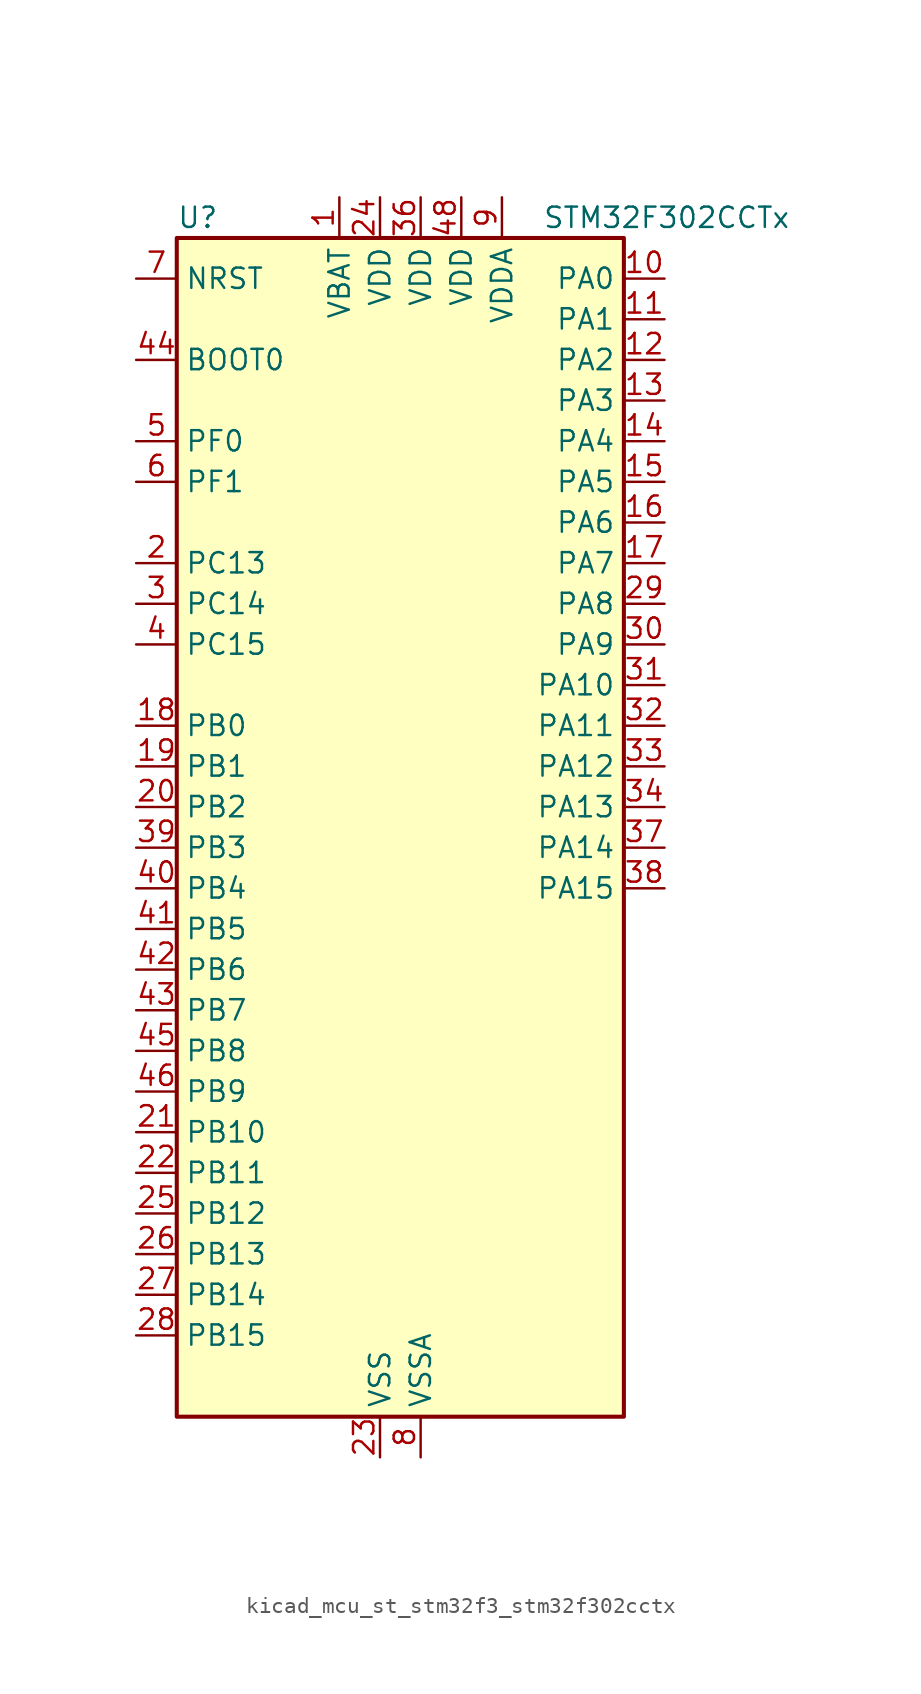
<source format=kicad_sym>
(kicad_symbol_lib
  (version 20220914)
  (generator kicad_symbol_editor)
  (symbol "kicad_mcu_st_stm32f3_stm32f302cctx"
    (property "Reference" "U"
      (at -12.7 39.37 0)
      (effects (font (size 1.27 1.27)) (justify left)))
    (property "Value" "STM32F302CCTx"
      (at 10.16 39.37 0)
      (effects (font (size 1.27 1.27)) (justify left)))
    (property "ki_locked" ""
      (at 0 0 0)
      (effects (font (size 1.27 1.27))))
    (symbol "kicad_mcu_st_stm32f3_stm32f302cctx_0_1"
      (rectangle (start -12.7 -35.56) (end 15.24 38.1) (stroke (width 0.254) (type default)) (fill (type background))))
    (symbol "kicad_mcu_st_stm32f3_stm32f302cctx_1_1"
      (pin power_in line (at -2.54 40.64 270) (length 2.54) (name "VBAT" (effects (font (size 1.27 1.27)))) (number "1" (effects (font (size 1.27 1.27)))))
      (pin bidirectional line (at 17.78 35.56 180) (length 2.54) (name "PA0" (effects (font (size 1.27 1.27)))) (number "10" (effects (font (size 1.27 1.27)))) (alternate "ADC1_IN1" bidirectional line) (alternate "COMP1_INM" bidirectional line) (alternate "COMP1_OUT" bidirectional line) (alternate "RTC_TAMP2" bidirectional line) (alternate "SYS_WKUP1" bidirectional line) (alternate "TIM2_CH1" bidirectional line) (alternate "TIM2_ETR" bidirectional line) (alternate "TSC_G1_IO1" bidirectional line) (alternate "USART2_CTS" bidirectional line))
      (pin bidirectional line (at 17.78 33.02 180) (length 2.54) (name "PA1" (effects (font (size 1.27 1.27)))) (number "11" (effects (font (size 1.27 1.27)))) (alternate "ADC1_IN2" bidirectional line) (alternate "COMP1_INP" bidirectional line) (alternate "OPAMP1_VINP" bidirectional line) (alternate "OPAMP1_VINP_SEC" bidirectional line) (alternate "RTC_REFIN" bidirectional line) (alternate "TIM15_CH1N" bidirectional line) (alternate "TIM2_CH2" bidirectional line) (alternate "TSC_G1_IO2" bidirectional line) (alternate "USART2_DE" bidirectional line) (alternate "USART2_RTS" bidirectional line))
      (pin bidirectional line (at 17.78 30.48 180) (length 2.54) (name "PA2" (effects (font (size 1.27 1.27)))) (number "12" (effects (font (size 1.27 1.27)))) (alternate "ADC1_IN3" bidirectional line) (alternate "COMP2_INM" bidirectional line) (alternate "COMP2_OUT" bidirectional line) (alternate "OPAMP1_VOUT" bidirectional line) (alternate "TIM15_CH1" bidirectional line) (alternate "TIM2_CH3" bidirectional line) (alternate "TSC_G1_IO3" bidirectional line) (alternate "USART2_TX" bidirectional line))
      (pin bidirectional line (at 17.78 27.94 180) (length 2.54) (name "PA3" (effects (font (size 1.27 1.27)))) (number "13" (effects (font (size 1.27 1.27)))) (alternate "ADC1_IN4" bidirectional line) (alternate "COMP2_INP" bidirectional line) (alternate "OPAMP1_VINM" bidirectional line) (alternate "OPAMP1_VINM_SEC" bidirectional line) (alternate "OPAMP1_VINP" bidirectional line) (alternate "OPAMP1_VINP_SEC" bidirectional line) (alternate "TIM15_CH2" bidirectional line) (alternate "TIM2_CH4" bidirectional line) (alternate "TSC_G1_IO4" bidirectional line) (alternate "USART2_RX" bidirectional line))
      (pin bidirectional line (at 17.78 25.4 180) (length 2.54) (name "PA4" (effects (font (size 1.27 1.27)))) (number "14" (effects (font (size 1.27 1.27)))) (alternate "ADC2_IN1" bidirectional line) (alternate "COMP1_INM" bidirectional line) (alternate "COMP2_INM" bidirectional line) (alternate "COMP4_INM" bidirectional line) (alternate "COMP6_INM" bidirectional line) (alternate "DAC_OUT1" bidirectional line) (alternate "I2S3_WS" bidirectional line) (alternate "SPI1_NSS" bidirectional line) (alternate "SPI3_NSS" bidirectional line) (alternate "TIM3_CH2" bidirectional line) (alternate "TSC_G2_IO1" bidirectional line) (alternate "USART2_CK" bidirectional line))
      (pin bidirectional line (at 17.78 22.86 180) (length 2.54) (name "PA5" (effects (font (size 1.27 1.27)))) (number "15" (effects (font (size 1.27 1.27)))) (alternate "ADC2_IN2" bidirectional line) (alternate "COMP1_INM" bidirectional line) (alternate "COMP2_INM" bidirectional line) (alternate "COMP4_INM" bidirectional line) (alternate "COMP6_INM" bidirectional line) (alternate "OPAMP1_VINP" bidirectional line) (alternate "OPAMP1_VINP_SEC" bidirectional line) (alternate "OPAMP2_VINM" bidirectional line) (alternate "OPAMP2_VINM_SEC" bidirectional line) (alternate "SPI1_SCK" bidirectional line) (alternate "TIM2_CH1" bidirectional line) (alternate "TIM2_ETR" bidirectional line) (alternate "TSC_G2_IO2" bidirectional line))
      (pin bidirectional line (at 17.78 20.32 180) (length 2.54) (name "PA6" (effects (font (size 1.27 1.27)))) (number "16" (effects (font (size 1.27 1.27)))) (alternate "ADC2_IN3" bidirectional line) (alternate "COMP1_OUT" bidirectional line) (alternate "OPAMP2_VOUT" bidirectional line) (alternate "SPI1_MISO" bidirectional line) (alternate "TIM16_CH1" bidirectional line) (alternate "TIM1_BKIN" bidirectional line) (alternate "TIM3_CH1" bidirectional line) (alternate "TSC_G2_IO3" bidirectional line))
      (pin bidirectional line (at 17.78 17.78 180) (length 2.54) (name "PA7" (effects (font (size 1.27 1.27)))) (number "17" (effects (font (size 1.27 1.27)))) (alternate "ADC2_IN4" bidirectional line) (alternate "COMP2_INP" bidirectional line) (alternate "COMP2_OUT" bidirectional line) (alternate "OPAMP1_VINP" bidirectional line) (alternate "OPAMP1_VINP_SEC" bidirectional line) (alternate "OPAMP2_VINP" bidirectional line) (alternate "OPAMP2_VINP_SEC" bidirectional line) (alternate "SPI1_MOSI" bidirectional line) (alternate "TIM17_CH1" bidirectional line) (alternate "TIM1_CH1N" bidirectional line) (alternate "TIM3_CH2" bidirectional line) (alternate "TSC_G2_IO4" bidirectional line))
      (pin bidirectional line (at -15.24 7.62 0) (length 2.54) (name "PB0" (effects (font (size 1.27 1.27)))) (number "18" (effects (font (size 1.27 1.27)))) (alternate "COMP4_INP" bidirectional line) (alternate "OPAMP2_VINP" bidirectional line) (alternate "OPAMP2_VINP_SEC" bidirectional line) (alternate "TIM1_CH2N" bidirectional line) (alternate "TIM3_CH3" bidirectional line) (alternate "TSC_G3_IO2" bidirectional line))
      (pin bidirectional line (at -15.24 5.08 0) (length 2.54) (name "PB1" (effects (font (size 1.27 1.27)))) (number "19" (effects (font (size 1.27 1.27)))) (alternate "COMP4_OUT" bidirectional line) (alternate "TIM1_CH3N" bidirectional line) (alternate "TIM3_CH4" bidirectional line) (alternate "TSC_G3_IO3" bidirectional line))
      (pin bidirectional line (at -15.24 17.78 0) (length 2.54) (name "PC13" (effects (font (size 1.27 1.27)))) (number "2" (effects (font (size 1.27 1.27)))) (alternate "RTC_OUT_ALARM" bidirectional line) (alternate "RTC_OUT_CALIB" bidirectional line) (alternate "RTC_TAMP1" bidirectional line) (alternate "RTC_TS" bidirectional line) (alternate "SYS_WKUP2" bidirectional line) (alternate "TIM1_CH1N" bidirectional line))
      (pin bidirectional line (at -15.24 2.54 0) (length 2.54) (name "PB2" (effects (font (size 1.27 1.27)))) (number "20" (effects (font (size 1.27 1.27)))) (alternate "ADC2_IN12" bidirectional line) (alternate "COMP4_INM" bidirectional line) (alternate "TSC_G3_IO4" bidirectional line))
      (pin bidirectional line (at -15.24 -17.78 0) (length 2.54) (name "PB10" (effects (font (size 1.27 1.27)))) (number "21" (effects (font (size 1.27 1.27)))) (alternate "TIM2_CH3" bidirectional line) (alternate "TSC_SYNC" bidirectional line) (alternate "USART3_TX" bidirectional line))
      (pin bidirectional line (at -15.24 -20.32 0) (length 2.54) (name "PB11" (effects (font (size 1.27 1.27)))) (number "22" (effects (font (size 1.27 1.27)))) (alternate "ADC1_EXTI11" bidirectional line) (alternate "ADC2_EXTI11" bidirectional line) (alternate "COMP6_INP" bidirectional line) (alternate "TIM2_CH4" bidirectional line) (alternate "TSC_G6_IO1" bidirectional line) (alternate "USART3_RX" bidirectional line))
      (pin power_in line (at 0 -38.1 90) (length 2.54) (name "VSS" (effects (font (size 1.27 1.27)))) (number "23" (effects (font (size 1.27 1.27)))))
      (pin power_in line (at 0 40.64 270) (length 2.54) (name "VDD" (effects (font (size 1.27 1.27)))) (number "24" (effects (font (size 1.27 1.27)))))
      (pin bidirectional line (at -15.24 -22.86 0) (length 2.54) (name "PB12" (effects (font (size 1.27 1.27)))) (number "25" (effects (font (size 1.27 1.27)))) (alternate "I2C2_SMBA" bidirectional line) (alternate "I2S2_WS" bidirectional line) (alternate "SPI2_NSS" bidirectional line) (alternate "TIM1_BKIN" bidirectional line) (alternate "TSC_G6_IO2" bidirectional line) (alternate "USART3_CK" bidirectional line))
      (pin bidirectional line (at -15.24 -25.4 0) (length 2.54) (name "PB13" (effects (font (size 1.27 1.27)))) (number "26" (effects (font (size 1.27 1.27)))) (alternate "I2S2_CK" bidirectional line) (alternate "SPI2_SCK" bidirectional line) (alternate "TIM1_CH1N" bidirectional line) (alternate "TSC_G6_IO3" bidirectional line) (alternate "USART3_CTS" bidirectional line))
      (pin bidirectional line (at -15.24 -27.94 0) (length 2.54) (name "PB14" (effects (font (size 1.27 1.27)))) (number "27" (effects (font (size 1.27 1.27)))) (alternate "I2S2_ext_SD" bidirectional line) (alternate "OPAMP2_VINP" bidirectional line) (alternate "OPAMP2_VINP_SEC" bidirectional line) (alternate "SPI2_MISO" bidirectional line) (alternate "TIM15_CH1" bidirectional line) (alternate "TIM1_CH2N" bidirectional line) (alternate "TSC_G6_IO4" bidirectional line) (alternate "USART3_DE" bidirectional line) (alternate "USART3_RTS" bidirectional line))
      (pin bidirectional line (at -15.24 -30.48 0) (length 2.54) (name "PB15" (effects (font (size 1.27 1.27)))) (number "28" (effects (font (size 1.27 1.27)))) (alternate "ADC1_EXTI15" bidirectional line) (alternate "ADC2_EXTI15" bidirectional line) (alternate "COMP6_INM" bidirectional line) (alternate "I2S2_SD" bidirectional line) (alternate "RTC_REFIN" bidirectional line) (alternate "SPI2_MOSI" bidirectional line) (alternate "TIM15_CH1N" bidirectional line) (alternate "TIM15_CH2" bidirectional line) (alternate "TIM1_CH3N" bidirectional line))
      (pin bidirectional line (at 17.78 15.24 180) (length 2.54) (name "PA8" (effects (font (size 1.27 1.27)))) (number "29" (effects (font (size 1.27 1.27)))) (alternate "I2C2_SMBA" bidirectional line) (alternate "I2S2_MCK" bidirectional line) (alternate "RCC_MCO" bidirectional line) (alternate "TIM1_CH1" bidirectional line) (alternate "TIM4_ETR" bidirectional line) (alternate "USART1_CK" bidirectional line))
      (pin bidirectional line (at -15.24 15.24 0) (length 2.54) (name "PC14" (effects (font (size 1.27 1.27)))) (number "3" (effects (font (size 1.27 1.27)))) (alternate "RCC_OSC32_IN" bidirectional line))
      (pin bidirectional line (at 17.78 12.7 180) (length 2.54) (name "PA9" (effects (font (size 1.27 1.27)))) (number "30" (effects (font (size 1.27 1.27)))) (alternate "DAC_EXTI9" bidirectional line) (alternate "I2C2_SCL" bidirectional line) (alternate "I2S3_MCK" bidirectional line) (alternate "TIM15_BKIN" bidirectional line) (alternate "TIM1_CH2" bidirectional line) (alternate "TIM2_CH3" bidirectional line) (alternate "TSC_G4_IO1" bidirectional line) (alternate "USART1_TX" bidirectional line))
      (pin bidirectional line (at 17.78 10.16 180) (length 2.54) (name "PA10" (effects (font (size 1.27 1.27)))) (number "31" (effects (font (size 1.27 1.27)))) (alternate "COMP6_OUT" bidirectional line) (alternate "I2C2_SDA" bidirectional line) (alternate "TIM17_BKIN" bidirectional line) (alternate "TIM1_CH3" bidirectional line) (alternate "TIM2_CH4" bidirectional line) (alternate "TSC_G4_IO2" bidirectional line) (alternate "USART1_RX" bidirectional line))
      (pin bidirectional line (at 17.78 7.62 180) (length 2.54) (name "PA11" (effects (font (size 1.27 1.27)))) (number "32" (effects (font (size 1.27 1.27)))) (alternate "ADC1_EXTI11" bidirectional line) (alternate "ADC2_EXTI11" bidirectional line) (alternate "CAN_RX" bidirectional line) (alternate "COMP1_OUT" bidirectional line) (alternate "TIM1_BKIN2" bidirectional line) (alternate "TIM1_CH1N" bidirectional line) (alternate "TIM1_CH4" bidirectional line) (alternate "TIM4_CH1" bidirectional line) (alternate "USART1_CTS" bidirectional line) (alternate "USB_DM" bidirectional line))
      (pin bidirectional line (at 17.78 5.08 180) (length 2.54) (name "PA12" (effects (font (size 1.27 1.27)))) (number "33" (effects (font (size 1.27 1.27)))) (alternate "CAN_TX" bidirectional line) (alternate "COMP2_OUT" bidirectional line) (alternate "TIM16_CH1" bidirectional line) (alternate "TIM1_CH2N" bidirectional line) (alternate "TIM1_ETR" bidirectional line) (alternate "TIM4_CH2" bidirectional line) (alternate "USART1_DE" bidirectional line) (alternate "USART1_RTS" bidirectional line) (alternate "USB_DP" bidirectional line))
      (pin bidirectional line (at 17.78 2.54 180) (length 2.54) (name "PA13" (effects (font (size 1.27 1.27)))) (number "34" (effects (font (size 1.27 1.27)))) (alternate "IR_OUT" bidirectional line) (alternate "SYS_JTMS-SWDIO" bidirectional line) (alternate "TIM16_CH1N" bidirectional line) (alternate "TIM4_CH3" bidirectional line) (alternate "TSC_G4_IO3" bidirectional line) (alternate "USART3_CTS" bidirectional line))
      (pin passive line (at 0 -38.1 90) (length 2.54) hide (name "VSS" (effects (font (size 1.27 1.27)))) (number "35" (effects (font (size 1.27 1.27)))))
      (pin power_in line (at 2.54 40.64 270) (length 2.54) (name "VDD" (effects (font (size 1.27 1.27)))) (number "36" (effects (font (size 1.27 1.27)))))
      (pin bidirectional line (at 17.78 0 180) (length 2.54) (name "PA14" (effects (font (size 1.27 1.27)))) (number "37" (effects (font (size 1.27 1.27)))) (alternate "I2C1_SDA" bidirectional line) (alternate "SYS_JTCK-SWCLK" bidirectional line) (alternate "TIM1_BKIN" bidirectional line) (alternate "TSC_G4_IO4" bidirectional line) (alternate "USART2_TX" bidirectional line))
      (pin bidirectional line (at 17.78 -2.54 180) (length 2.54) (name "PA15" (effects (font (size 1.27 1.27)))) (number "38" (effects (font (size 1.27 1.27)))) (alternate "ADC1_EXTI15" bidirectional line) (alternate "ADC2_EXTI15" bidirectional line) (alternate "I2C1_SCL" bidirectional line) (alternate "I2S3_WS" bidirectional line) (alternate "SPI1_NSS" bidirectional line) (alternate "SPI3_NSS" bidirectional line) (alternate "SYS_JTDI" bidirectional line) (alternate "TIM1_BKIN" bidirectional line) (alternate "TIM2_CH1" bidirectional line) (alternate "TIM2_ETR" bidirectional line) (alternate "USART2_RX" bidirectional line))
      (pin bidirectional line (at -15.24 0 0) (length 2.54) (name "PB3" (effects (font (size 1.27 1.27)))) (number "39" (effects (font (size 1.27 1.27)))) (alternate "I2S3_CK" bidirectional line) (alternate "SPI1_SCK" bidirectional line) (alternate "SPI3_SCK" bidirectional line) (alternate "SYS_JTDO-TRACESWO" bidirectional line) (alternate "TIM2_CH2" bidirectional line) (alternate "TIM3_ETR" bidirectional line) (alternate "TIM4_ETR" bidirectional line) (alternate "TSC_G5_IO1" bidirectional line) (alternate "USART2_TX" bidirectional line))
      (pin bidirectional line (at -15.24 12.7 0) (length 2.54) (name "PC15" (effects (font (size 1.27 1.27)))) (number "4" (effects (font (size 1.27 1.27)))) (alternate "ADC1_EXTI15" bidirectional line) (alternate "ADC2_EXTI15" bidirectional line) (alternate "RCC_OSC32_OUT" bidirectional line))
      (pin bidirectional line (at -15.24 -2.54 0) (length 2.54) (name "PB4" (effects (font (size 1.27 1.27)))) (number "40" (effects (font (size 1.27 1.27)))) (alternate "I2S3_ext_SD" bidirectional line) (alternate "SPI1_MISO" bidirectional line) (alternate "SPI3_MISO" bidirectional line) (alternate "SYS_NJTRST" bidirectional line) (alternate "TIM16_CH1" bidirectional line) (alternate "TIM17_BKIN" bidirectional line) (alternate "TIM3_CH1" bidirectional line) (alternate "TSC_G5_IO2" bidirectional line) (alternate "USART2_RX" bidirectional line))
      (pin bidirectional line (at -15.24 -5.08 0) (length 2.54) (name "PB5" (effects (font (size 1.27 1.27)))) (number "41" (effects (font (size 1.27 1.27)))) (alternate "I2C1_SMBA" bidirectional line) (alternate "I2S3_SD" bidirectional line) (alternate "SPI1_MOSI" bidirectional line) (alternate "SPI3_MOSI" bidirectional line) (alternate "TIM16_BKIN" bidirectional line) (alternate "TIM17_CH1" bidirectional line) (alternate "TIM3_CH2" bidirectional line) (alternate "USART2_CK" bidirectional line))
      (pin bidirectional line (at -15.24 -7.62 0) (length 2.54) (name "PB6" (effects (font (size 1.27 1.27)))) (number "42" (effects (font (size 1.27 1.27)))) (alternate "I2C1_SCL" bidirectional line) (alternate "TIM16_CH1N" bidirectional line) (alternate "TIM4_CH1" bidirectional line) (alternate "TSC_G5_IO3" bidirectional line) (alternate "USART1_TX" bidirectional line))
      (pin bidirectional line (at -15.24 -10.16 0) (length 2.54) (name "PB7" (effects (font (size 1.27 1.27)))) (number "43" (effects (font (size 1.27 1.27)))) (alternate "I2C1_SDA" bidirectional line) (alternate "TIM17_CH1N" bidirectional line) (alternate "TIM3_CH4" bidirectional line) (alternate "TIM4_CH2" bidirectional line) (alternate "TSC_G5_IO4" bidirectional line) (alternate "USART1_RX" bidirectional line))
      (pin input line (at -15.24 30.48 0) (length 2.54) (name "BOOT0" (effects (font (size 1.27 1.27)))) (number "44" (effects (font (size 1.27 1.27)))))
      (pin bidirectional line (at -15.24 -12.7 0) (length 2.54) (name "PB8" (effects (font (size 1.27 1.27)))) (number "45" (effects (font (size 1.27 1.27)))) (alternate "CAN_RX" bidirectional line) (alternate "COMP1_OUT" bidirectional line) (alternate "I2C1_SCL" bidirectional line) (alternate "TIM16_CH1" bidirectional line) (alternate "TIM1_BKIN" bidirectional line) (alternate "TIM4_CH3" bidirectional line) (alternate "TSC_SYNC" bidirectional line))
      (pin bidirectional line (at -15.24 -15.24 0) (length 2.54) (name "PB9" (effects (font (size 1.27 1.27)))) (number "46" (effects (font (size 1.27 1.27)))) (alternate "CAN_TX" bidirectional line) (alternate "COMP2_OUT" bidirectional line) (alternate "DAC_EXTI9" bidirectional line) (alternate "I2C1_SDA" bidirectional line) (alternate "IR_OUT" bidirectional line) (alternate "TIM17_CH1" bidirectional line) (alternate "TIM4_CH4" bidirectional line))
      (pin passive line (at 0 -38.1 90) (length 2.54) hide (name "VSS" (effects (font (size 1.27 1.27)))) (number "47" (effects (font (size 1.27 1.27)))))
      (pin power_in line (at 5.08 40.64 270) (length 2.54) (name "VDD" (effects (font (size 1.27 1.27)))) (number "48" (effects (font (size 1.27 1.27)))))
      (pin bidirectional line (at -15.24 25.4 0) (length 2.54) (name "PF0" (effects (font (size 1.27 1.27)))) (number "5" (effects (font (size 1.27 1.27)))) (alternate "I2C2_SDA" bidirectional line) (alternate "RCC_OSC_IN" bidirectional line) (alternate "TIM1_CH3N" bidirectional line))
      (pin bidirectional line (at -15.24 22.86 0) (length 2.54) (name "PF1" (effects (font (size 1.27 1.27)))) (number "6" (effects (font (size 1.27 1.27)))) (alternate "I2C2_SCL" bidirectional line) (alternate "RCC_OSC_OUT" bidirectional line))
      (pin input line (at -15.24 35.56 0) (length 2.54) (name "NRST" (effects (font (size 1.27 1.27)))) (number "7" (effects (font (size 1.27 1.27)))))
      (pin power_in line (at 2.54 -38.1 90) (length 2.54) (name "VSSA" (effects (font (size 1.27 1.27)))) (number "8" (effects (font (size 1.27 1.27)))))
      (pin power_in line (at 7.62 40.64 270) (length 2.54) (name "VDDA" (effects (font (size 1.27 1.27)))) (number "9" (effects (font (size 1.27 1.27))))))))
</source>
